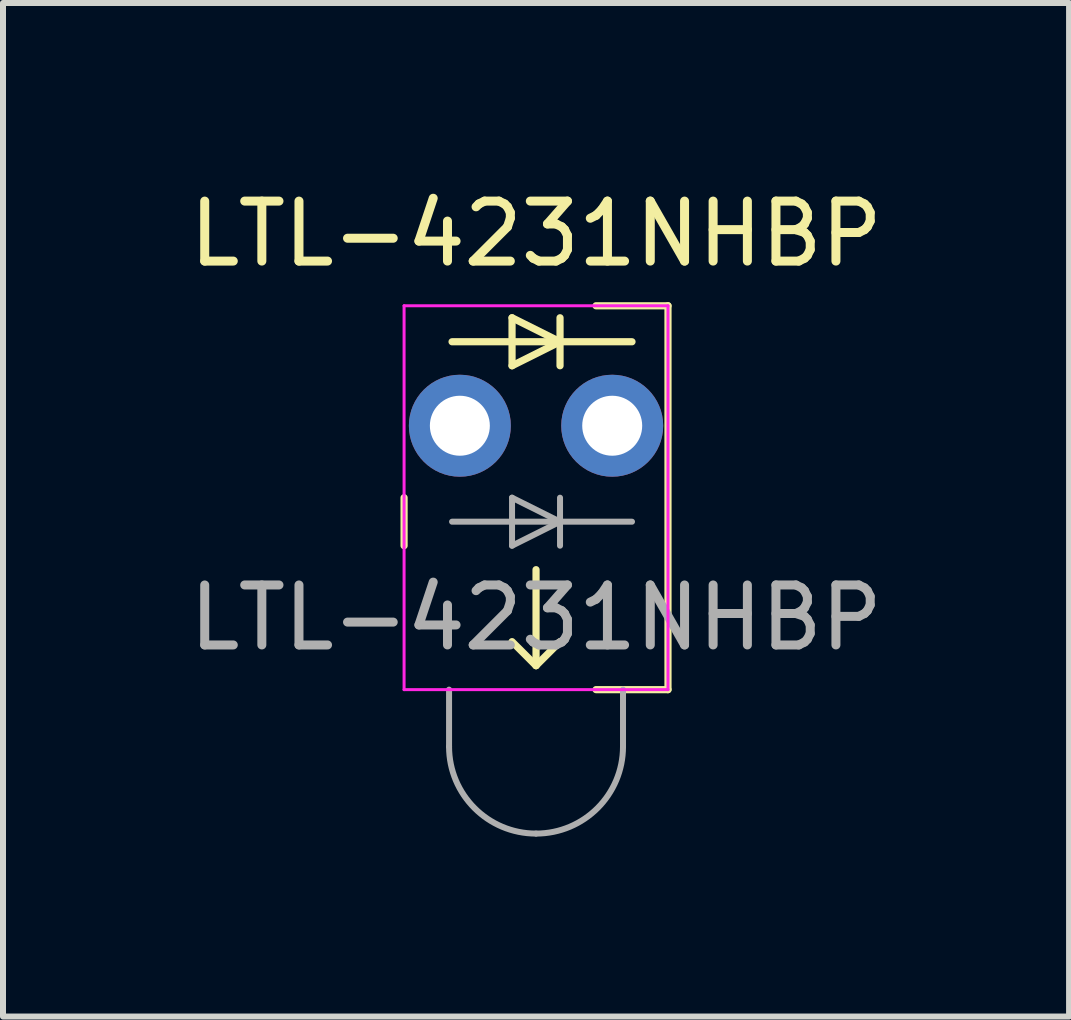
<source format=kicad_pcb>
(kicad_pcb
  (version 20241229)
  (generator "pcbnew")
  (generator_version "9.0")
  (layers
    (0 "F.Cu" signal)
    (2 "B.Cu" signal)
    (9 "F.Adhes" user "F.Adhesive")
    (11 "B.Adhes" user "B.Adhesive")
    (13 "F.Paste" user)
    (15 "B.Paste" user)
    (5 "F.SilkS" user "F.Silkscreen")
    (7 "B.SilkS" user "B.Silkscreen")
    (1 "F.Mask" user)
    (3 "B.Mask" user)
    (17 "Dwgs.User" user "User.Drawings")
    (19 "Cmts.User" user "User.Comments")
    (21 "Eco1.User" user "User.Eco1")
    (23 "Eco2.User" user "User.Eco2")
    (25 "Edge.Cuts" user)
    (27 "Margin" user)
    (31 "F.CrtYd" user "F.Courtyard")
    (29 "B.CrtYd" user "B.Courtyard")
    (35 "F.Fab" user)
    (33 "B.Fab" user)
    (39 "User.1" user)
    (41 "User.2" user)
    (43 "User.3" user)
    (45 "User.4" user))
  (footprint "LTL-4231NHBP"
    (layer "F.Cu")
    (at 5.887 4.048)
    (property "Reference" "LTL-4231NHBP" (at 0 -3.2 0) (unlocked yes) (layer "F.SilkS") (effects (font (size 1 1) (thickness 0.15))))
    (attr through_hole)
    (fp_line (start -2.2 1.2) (end -2.2 2) (stroke (width 0.12) (type default)) (layer "F.SilkS"))
    (fp_line (start -0.4 -1.8) (end -0.4 -1) (stroke (width 0.12) (type default)) (layer "F.SilkS"))
    (fp_line (start -0.4 -1) (end 0.4 -1.4) (stroke (width 0.12) (type default)) (layer "F.SilkS"))
    (fp_line (start -0.4 3.6) (end 0 4) (stroke (width 0.12) (type default)) (layer "F.SilkS"))
    (fp_line (start 0 2.4) (end 0 4) (stroke (width 0.12) (type default)) (layer "F.SilkS"))
    (fp_line (start 0 4) (end 0.4 3.6) (stroke (width 0.12) (type default)) (layer "F.SilkS"))
    (fp_line (start 0.4 -1.8) (end 0.4 -1) (stroke (width 0.12) (type default)) (layer "F.SilkS"))
    (fp_line (start 0.4 -1.4) (end -0.4 -1.8) (stroke (width 0.12) (type default)) (layer "F.SilkS"))
    (fp_line (start 1 -2) (end 2.2 -2) (stroke (width 0.12) (type default)) (layer "F.SilkS"))
    (fp_line (start 1.6 -1.4) (end -1.4 -1.4) (stroke (width 0.12) (type default)) (layer "F.SilkS"))
    (fp_line (start 2.2 -2) (end 2.2 4.4) (stroke (width 0.12) (type default)) (layer "F.SilkS"))
    (fp_line (start 2.2 4.4) (end 1 4.4) (stroke (width 0.12) (type default)) (layer "F.SilkS"))
    (fp_line (start -2.2 4.4) (end -2.2 -2) (stroke (width 0.05) (type default)) (layer "F.CrtYd"))
    (fp_line (start -2.2 4.4) (end 2.2 4.4) (stroke (width 0.05) (type default)) (layer "F.CrtYd"))
    (fp_line (start 2.2 -2) (end -2.2 -2) (stroke (width 0.05) (type default)) (layer "F.CrtYd"))
    (fp_line (start 2.2 4.4) (end 2.2 -2) (stroke (width 0.05) (type default)) (layer "F.CrtYd"))
    (fp_line (start -1.45 5.35) (end -1.45 4.4) (stroke (width 0.1) (type default)) (layer "F.Fab"))
    (fp_line (start -1.4 1.6) (end 1.6 1.6) (stroke (width 0.1) (type default)) (layer "F.Fab"))
    (fp_line (start -0.4 1.2) (end -0.4 2) (stroke (width 0.1) (type default)) (layer "F.Fab"))
    (fp_line (start -0.4 2) (end 0.4 1.6) (stroke (width 0.1) (type default)) (layer "F.Fab"))
    (fp_line (start 0.4 1.2) (end 0.4 2) (stroke (width 0.1) (type default)) (layer "F.Fab"))
    (fp_line (start 0.4 1.6) (end -0.4 1.2) (stroke (width 0.1) (type default)) (layer "F.Fab"))
    (fp_line (start 1.45 5.35) (end 1.45 4.4) (stroke (width 0.1) (type default)) (layer "F.Fab"))
    (fp_arc (start 0 6.8) (mid -1.025305 6.375305) (end -1.45 5.35) (stroke (width 0.1) (type default)) (layer "F.Fab"))
    (fp_arc (start 1.45 5.35) (mid 1.025305 6.375305) (end 0 6.8) (stroke (width 0.1) (type default)) (layer "F.Fab"))
    (fp_text user "${REFERENCE}" (at 0 3.2 0) (unlocked yes) (layer "F.Fab") (effects (font (size 1 1) (thickness 0.15))))
    (pad "1" thru_hole circle (at 1.27 0) (size 1.7 1.7) (drill 1) (layers "*.Cu" "*.Mask"))
    (pad "2" thru_hole circle (at -1.27 0) (size 1.7 1.7) (drill 1) (layers "*.Cu" "*.Mask")))
  (gr_rect
    (start -3 -3)
    (end 14.774 13.898)
    (stroke (width 0.1) (type default))
    (fill no)
    (layer "Edge.Cuts")))
</source>
